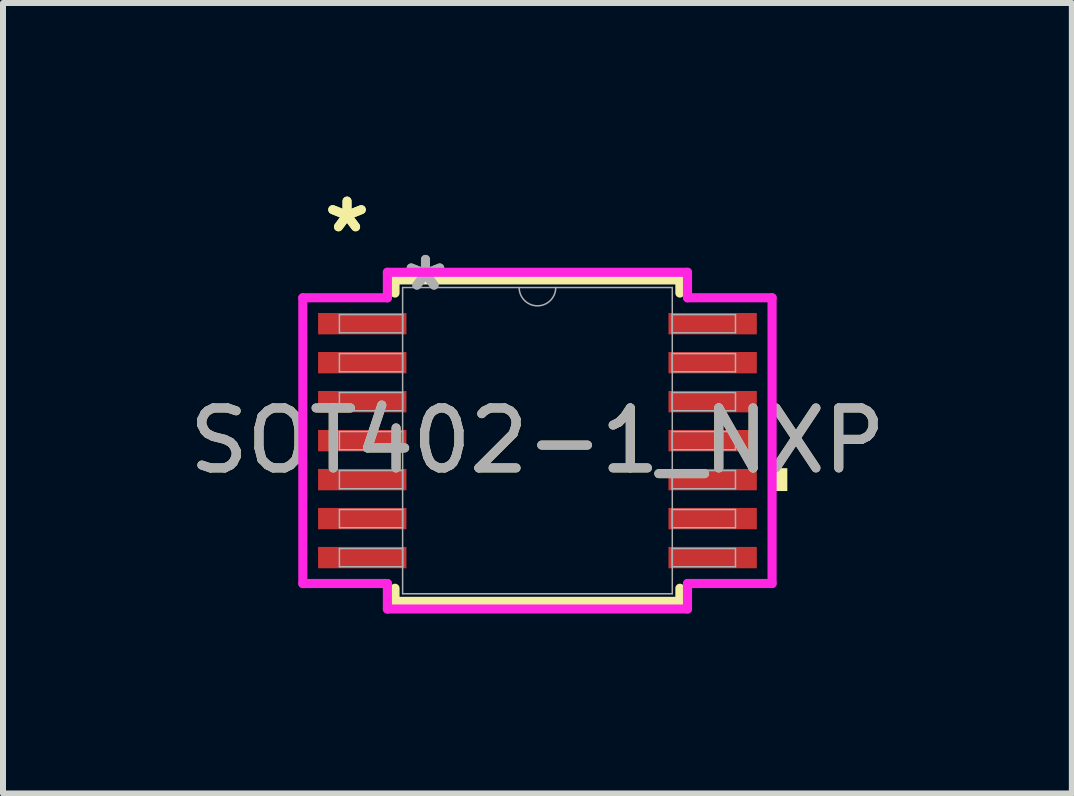
<source format=kicad_pcb>
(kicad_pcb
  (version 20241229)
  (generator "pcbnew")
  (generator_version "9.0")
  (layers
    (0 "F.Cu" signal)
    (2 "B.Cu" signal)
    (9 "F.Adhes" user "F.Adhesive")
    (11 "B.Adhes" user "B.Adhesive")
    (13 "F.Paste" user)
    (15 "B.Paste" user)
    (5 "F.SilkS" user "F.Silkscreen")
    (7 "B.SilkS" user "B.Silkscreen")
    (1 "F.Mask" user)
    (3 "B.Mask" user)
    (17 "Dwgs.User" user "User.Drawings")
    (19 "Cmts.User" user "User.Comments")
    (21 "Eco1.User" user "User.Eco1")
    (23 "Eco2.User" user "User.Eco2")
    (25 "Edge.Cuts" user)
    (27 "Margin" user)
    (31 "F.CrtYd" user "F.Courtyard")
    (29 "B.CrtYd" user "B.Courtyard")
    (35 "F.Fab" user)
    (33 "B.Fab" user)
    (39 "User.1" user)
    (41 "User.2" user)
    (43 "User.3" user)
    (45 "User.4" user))
  (footprint "SOT402-1_NXP"
    (layer "F.Cu")
    (at 5.911 4.297)
    (property "Reference" "SOT402-1_NXP" (at 0 0 0) (unlocked yes) (layer "F.SilkS") (effects (font (size 1 1) (thickness 0.15))))
    (attr smd)
    (fp_line (start -2.375 -2.68) (end -2.375 -2.461) (stroke (width 0.152) (type solid)) (layer "F.SilkS"))
    (fp_line (start -2.375 2.461) (end -2.375 2.68) (stroke (width 0.152) (type solid)) (layer "F.SilkS"))
    (fp_line (start -2.375 2.68) (end 2.375 2.68) (stroke (width 0.152) (type solid)) (layer "F.SilkS"))
    (fp_line (start 2.375 -2.68) (end -2.375 -2.68) (stroke (width 0.152) (type solid)) (layer "F.SilkS"))
    (fp_line (start 2.375 -2.461) (end 2.375 -2.68) (stroke (width 0.152) (type solid)) (layer "F.SilkS"))
    (fp_line (start 2.375 2.68) (end 2.375 2.461) (stroke (width 0.152) (type solid)) (layer "F.SilkS"))
    (fp_poly (pts (xy 4.166 0.459) (xy 4.166 0.84) (xy 3.912 0.84) (xy 3.912 0.459)) (stroke (width 0) (type solid)) (fill yes) (layer "F.SilkS"))
    (fp_line (start -3.912 -2.382) (end -2.502 -2.382) (stroke (width 0.152) (type solid)) (layer "F.CrtYd"))
    (fp_line (start -3.912 2.382) (end -3.912 -2.382) (stroke (width 0.152) (type solid)) (layer "F.CrtYd"))
    (fp_line (start -3.912 2.382) (end -2.502 2.382) (stroke (width 0.152) (type solid)) (layer "F.CrtYd"))
    (fp_line (start -2.502 -2.807) (end 2.502 -2.807) (stroke (width 0.152) (type solid)) (layer "F.CrtYd"))
    (fp_line (start -2.502 -2.382) (end -2.502 -2.807) (stroke (width 0.152) (type solid)) (layer "F.CrtYd"))
    (fp_line (start -2.502 2.807) (end -2.502 2.382) (stroke (width 0.152) (type solid)) (layer "F.CrtYd"))
    (fp_line (start 2.502 -2.807) (end 2.502 -2.382) (stroke (width 0.152) (type solid)) (layer "F.CrtYd"))
    (fp_line (start 2.502 2.382) (end 2.502 2.807) (stroke (width 0.152) (type solid)) (layer "F.CrtYd"))
    (fp_line (start 2.502 2.807) (end -2.502 2.807) (stroke (width 0.152) (type solid)) (layer "F.CrtYd"))
    (fp_line (start 3.912 -2.382) (end 2.502 -2.382) (stroke (width 0.152) (type solid)) (layer "F.CrtYd"))
    (fp_line (start 3.912 -2.382) (end 3.912 2.382) (stroke (width 0.152) (type solid)) (layer "F.CrtYd"))
    (fp_line (start 3.912 2.382) (end 2.502 2.382) (stroke (width 0.152) (type solid)) (layer "F.CrtYd"))
    (fp_line (start -3.302 -2.102) (end -3.302 -1.798) (stroke (width 0.025) (type solid)) (layer "F.Fab"))
    (fp_line (start -3.302 -1.798) (end -2.248 -1.798) (stroke (width 0.025) (type solid)) (layer "F.Fab"))
    (fp_line (start -3.302 -1.452) (end -3.302 -1.148) (stroke (width 0.025) (type solid)) (layer "F.Fab"))
    (fp_line (start -3.302 -1.148) (end -2.248 -1.148) (stroke (width 0.025) (type solid)) (layer "F.Fab"))
    (fp_line (start -3.302 -0.802) (end -3.302 -0.498) (stroke (width 0.025) (type solid)) (layer "F.Fab"))
    (fp_line (start -3.302 -0.498) (end -2.248 -0.498) (stroke (width 0.025) (type solid)) (layer "F.Fab"))
    (fp_line (start -3.302 -0.152) (end -3.302 0.152) (stroke (width 0.025) (type solid)) (layer "F.Fab"))
    (fp_line (start -3.302 0.152) (end -2.248 0.152) (stroke (width 0.025) (type solid)) (layer "F.Fab"))
    (fp_line (start -3.302 0.498) (end -3.302 0.802) (stroke (width 0.025) (type solid)) (layer "F.Fab"))
    (fp_line (start -3.302 0.802) (end -2.248 0.802) (stroke (width 0.025) (type solid)) (layer "F.Fab"))
    (fp_line (start -3.302 1.148) (end -3.302 1.452) (stroke (width 0.025) (type solid)) (layer "F.Fab"))
    (fp_line (start -3.302 1.452) (end -2.248 1.452) (stroke (width 0.025) (type solid)) (layer "F.Fab"))
    (fp_line (start -3.302 1.798) (end -3.302 2.102) (stroke (width 0.025) (type solid)) (layer "F.Fab"))
    (fp_line (start -3.302 2.102) (end -2.248 2.102) (stroke (width 0.025) (type solid)) (layer "F.Fab"))
    (fp_line (start -2.248 -2.553) (end -2.248 2.553) (stroke (width 0.025) (type solid)) (layer "F.Fab"))
    (fp_line (start -2.248 -2.102) (end -3.302 -2.102) (stroke (width 0.025) (type solid)) (layer "F.Fab"))
    (fp_line (start -2.248 -1.798) (end -2.248 -2.102) (stroke (width 0.025) (type solid)) (layer "F.Fab"))
    (fp_line (start -2.248 -1.452) (end -3.302 -1.452) (stroke (width 0.025) (type solid)) (layer "F.Fab"))
    (fp_line (start -2.248 -1.148) (end -2.248 -1.452) (stroke (width 0.025) (type solid)) (layer "F.Fab"))
    (fp_line (start -2.248 -0.802) (end -3.302 -0.802) (stroke (width 0.025) (type solid)) (layer "F.Fab"))
    (fp_line (start -2.248 -0.498) (end -2.248 -0.802) (stroke (width 0.025) (type solid)) (layer "F.Fab"))
    (fp_line (start -2.248 -0.152) (end -3.302 -0.152) (stroke (width 0.025) (type solid)) (layer "F.Fab"))
    (fp_line (start -2.248 0.152) (end -2.248 -0.152) (stroke (width 0.025) (type solid)) (layer "F.Fab"))
    (fp_line (start -2.248 0.498) (end -3.302 0.498) (stroke (width 0.025) (type solid)) (layer "F.Fab"))
    (fp_line (start -2.248 0.802) (end -2.248 0.498) (stroke (width 0.025) (type solid)) (layer "F.Fab"))
    (fp_line (start -2.248 1.148) (end -3.302 1.148) (stroke (width 0.025) (type solid)) (layer "F.Fab"))
    (fp_line (start -2.248 1.452) (end -2.248 1.148) (stroke (width 0.025) (type solid)) (layer "F.Fab"))
    (fp_line (start -2.248 1.798) (end -3.302 1.798) (stroke (width 0.025) (type solid)) (layer "F.Fab"))
    (fp_line (start -2.248 2.102) (end -2.248 1.798) (stroke (width 0.025) (type solid)) (layer "F.Fab"))
    (fp_line (start -2.248 2.553) (end 2.248 2.553) (stroke (width 0.025) (type solid)) (layer "F.Fab"))
    (fp_line (start 2.248 -2.553) (end -2.248 -2.553) (stroke (width 0.025) (type solid)) (layer "F.Fab"))
    (fp_line (start 2.248 -2.102) (end 2.248 -1.798) (stroke (width 0.025) (type solid)) (layer "F.Fab"))
    (fp_line (start 2.248 -1.798) (end 3.302 -1.798) (stroke (width 0.025) (type solid)) (layer "F.Fab"))
    (fp_line (start 2.248 -1.452) (end 2.248 -1.148) (stroke (width 0.025) (type solid)) (layer "F.Fab"))
    (fp_line (start 2.248 -1.148) (end 3.302 -1.148) (stroke (width 0.025) (type solid)) (layer "F.Fab"))
    (fp_line (start 2.248 -0.802) (end 2.248 -0.498) (stroke (width 0.025) (type solid)) (layer "F.Fab"))
    (fp_line (start 2.248 -0.498) (end 3.302 -0.498) (stroke (width 0.025) (type solid)) (layer "F.Fab"))
    (fp_line (start 2.248 -0.152) (end 2.248 0.152) (stroke (width 0.025) (type solid)) (layer "F.Fab"))
    (fp_line (start 2.248 0.152) (end 3.302 0.152) (stroke (width 0.025) (type solid)) (layer "F.Fab"))
    (fp_line (start 2.248 0.498) (end 2.248 0.802) (stroke (width 0.025) (type solid)) (layer "F.Fab"))
    (fp_line (start 2.248 0.802) (end 3.302 0.802) (stroke (width 0.025) (type solid)) (layer "F.Fab"))
    (fp_line (start 2.248 1.148) (end 2.248 1.452) (stroke (width 0.025) (type solid)) (layer "F.Fab"))
    (fp_line (start 2.248 1.452) (end 3.302 1.452) (stroke (width 0.025) (type solid)) (layer "F.Fab"))
    (fp_line (start 2.248 1.798) (end 2.248 2.102) (stroke (width 0.025) (type solid)) (layer "F.Fab"))
    (fp_line (start 2.248 2.102) (end 3.302 2.102) (stroke (width 0.025) (type solid)) (layer "F.Fab"))
    (fp_line (start 2.248 2.553) (end 2.248 -2.553) (stroke (width 0.025) (type solid)) (layer "F.Fab"))
    (fp_line (start 3.302 -2.102) (end 2.248 -2.102) (stroke (width 0.025) (type solid)) (layer "F.Fab"))
    (fp_line (start 3.302 -1.798) (end 3.302 -2.102) (stroke (width 0.025) (type solid)) (layer "F.Fab"))
    (fp_line (start 3.302 -1.452) (end 2.248 -1.452) (stroke (width 0.025) (type solid)) (layer "F.Fab"))
    (fp_line (start 3.302 -1.148) (end 3.302 -1.452) (stroke (width 0.025) (type solid)) (layer "F.Fab"))
    (fp_line (start 3.302 -0.802) (end 2.248 -0.802) (stroke (width 0.025) (type solid)) (layer "F.Fab"))
    (fp_line (start 3.302 -0.498) (end 3.302 -0.802) (stroke (width 0.025) (type solid)) (layer "F.Fab"))
    (fp_line (start 3.302 -0.152) (end 2.248 -0.152) (stroke (width 0.025) (type solid)) (layer "F.Fab"))
    (fp_line (start 3.302 0.152) (end 3.302 -0.152) (stroke (width 0.025) (type solid)) (layer "F.Fab"))
    (fp_line (start 3.302 0.498) (end 2.248 0.498) (stroke (width 0.025) (type solid)) (layer "F.Fab"))
    (fp_line (start 3.302 0.802) (end 3.302 0.498) (stroke (width 0.025) (type solid)) (layer "F.Fab"))
    (fp_line (start 3.302 1.148) (end 2.248 1.148) (stroke (width 0.025) (type solid)) (layer "F.Fab"))
    (fp_line (start 3.302 1.452) (end 3.302 1.148) (stroke (width 0.025) (type solid)) (layer "F.Fab"))
    (fp_line (start 3.302 1.798) (end 2.248 1.798) (stroke (width 0.025) (type solid)) (layer "F.Fab"))
    (fp_line (start 3.302 2.102) (end 3.302 1.798) (stroke (width 0.025) (type solid)) (layer "F.Fab"))
    (fp_arc (start 0.3048 -2.5527) (mid 0 -2.2479) (end -0.3048 -2.5527) (stroke (width 0.0254) (type solid)) (layer "F.Fab"))
    (fp_text user "*" (at -3.175 -3.449 0) (unlocked yes) (layer "F.SilkS") (effects (font (size 1 1) (thickness 0.15))))
    (fp_text user "*" (at -3.175 -3.449 0) (layer "F.SilkS") (effects (font (size 1 1) (thickness 0.15))))
    (fp_text user "${REFERENCE}" (at 0 0 0) (unlocked yes) (layer "F.Fab") (effects (font (size 1 1) (thickness 0.15))))
    (fp_text user "*" (at -1.867 -2.477 0) (layer "F.Fab") (effects (font (size 1 1) (thickness 0.15))))
    (fp_text user "*" (at -1.867 -2.477 0) (unlocked yes) (layer "F.Fab") (effects (font (size 1 1) (thickness 0.15))))
    (pad "1" smd rect (at -2.921 -1.95) (size 1.473 0.356) (layers "F.Cu" "F.Mask" "F.Paste"))
    (pad "2" smd rect (at -2.921 -1.3) (size 1.473 0.356) (layers "F.Cu" "F.Mask" "F.Paste"))
    (pad "3" smd rect (at -2.921 -0.65) (size 1.473 0.356) (layers "F.Cu" "F.Mask" "F.Paste"))
    (pad "4" smd rect (at -2.921 0) (size 1.473 0.356) (layers "F.Cu" "F.Mask" "F.Paste"))
    (pad "5" smd rect (at -2.921 0.65) (size 1.473 0.356) (layers "F.Cu" "F.Mask" "F.Paste"))
    (pad "6" smd rect (at -2.921 1.3) (size 1.473 0.356) (layers "F.Cu" "F.Mask" "F.Paste"))
    (pad "7" smd rect (at -2.921 1.95) (size 1.473 0.356) (layers "F.Cu" "F.Mask" "F.Paste"))
    (pad "8" smd rect (at 2.921 1.95) (size 1.473 0.356) (layers "F.Cu" "F.Mask" "F.Paste"))
    (pad "9" smd rect (at 2.921 1.3) (size 1.473 0.356) (layers "F.Cu" "F.Mask" "F.Paste"))
    (pad "10" smd rect (at 2.921 0.65) (size 1.473 0.356) (layers "F.Cu" "F.Mask" "F.Paste"))
    (pad "11" smd rect (at 2.921 0) (size 1.473 0.356) (layers "F.Cu" "F.Mask" "F.Paste"))
    (pad "12" smd rect (at 2.921 -0.65) (size 1.473 0.356) (layers "F.Cu" "F.Mask" "F.Paste"))
    (pad "13" smd rect (at 2.921 -1.3) (size 1.473 0.356) (layers "F.Cu" "F.Mask" "F.Paste"))
    (pad "14" smd rect (at 2.921 -1.95) (size 1.473 0.356) (layers "F.Cu" "F.Mask" "F.Paste")))
  (gr_rect
    (start -3 -3)
    (end 14.821 10.18)
    (stroke (width 0.1) (type default))
    (fill no)
    (layer "Edge.Cuts")))
</source>
